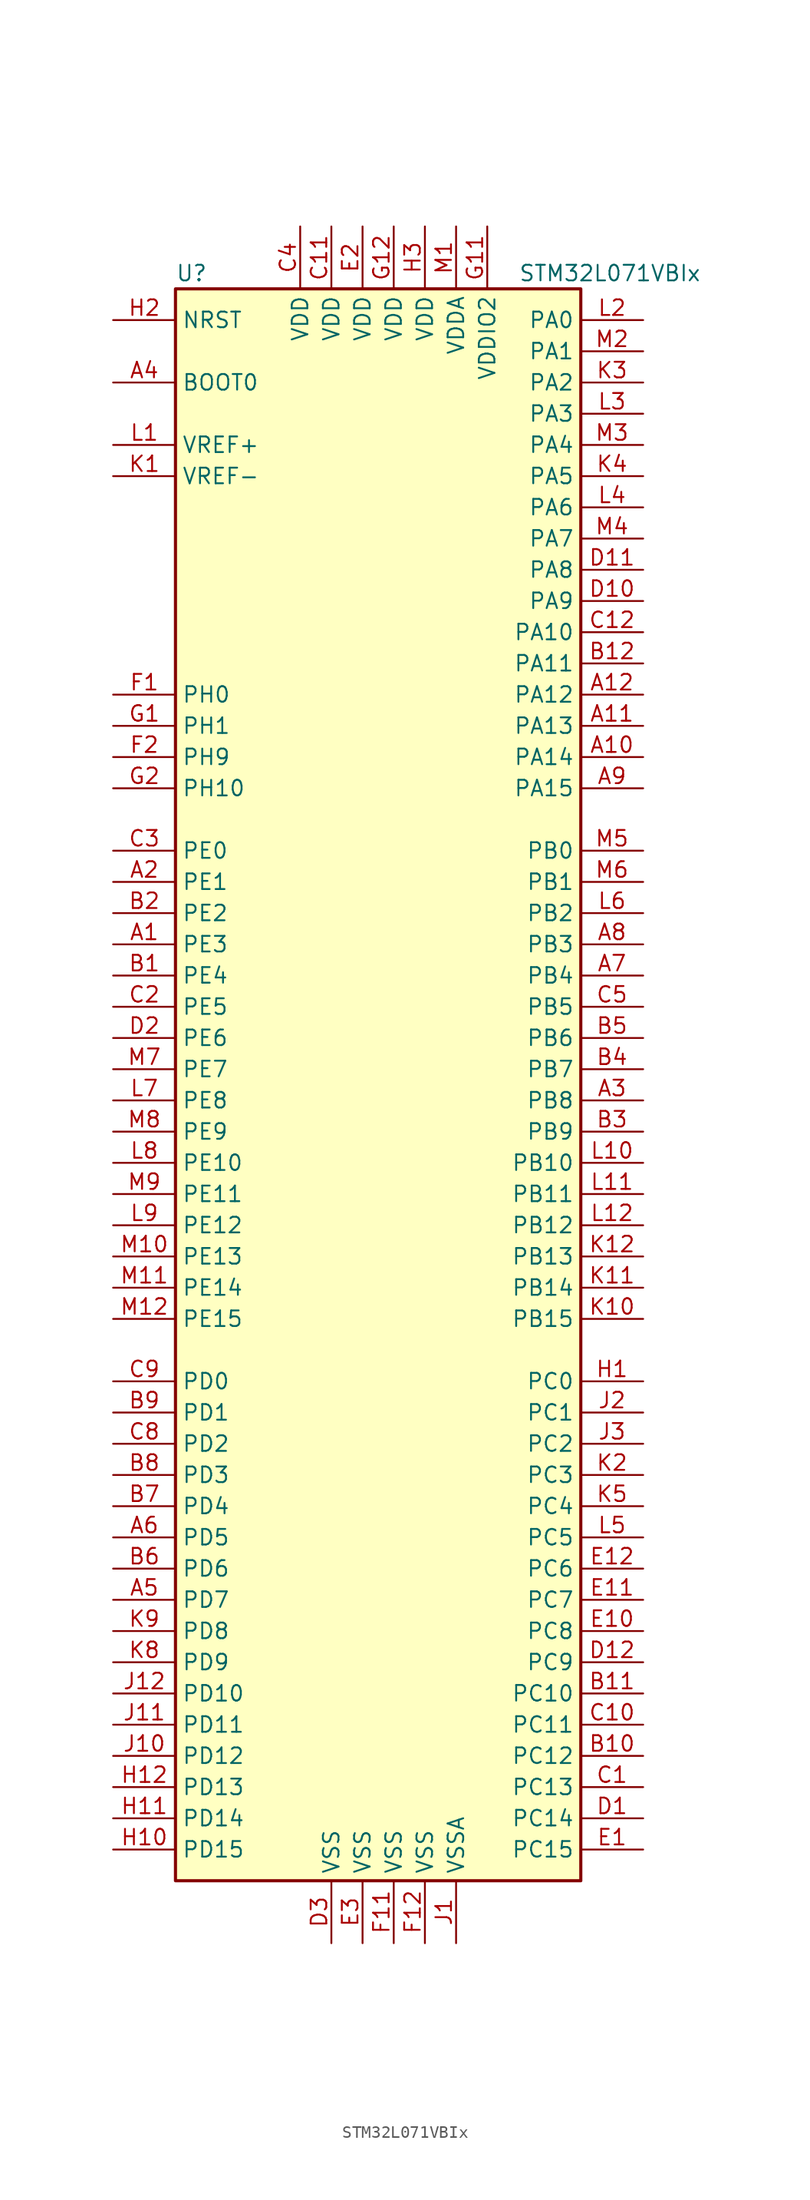
<source format=kicad_sym>
(kicad_symbol_lib
  (version 20201005)
  (generator kicad_symbol_editor)
  (symbol "STM32L071VBIx"
    (property "Reference" "U"
      (at -17.78 64.77 0)
      (effects (font (size 1.27 1.27)) (justify left)))
    (property "Value" "STM32L071VBIx"
      (at 10.16 64.77 0)
      (effects (font (size 1.27 1.27)) (justify left)))
    (symbol "STM32L071VBIx_0_1"
      (rectangle (start -17.78 -66.04) (end 15.24 63.5) (stroke (width 0.254)) (fill (type background))))
    (symbol "STM32L071VBIx_1_1"
      (pin bidirectional line (at -22.86 10.16 0) (length 5.08) (name "PE3" (effects (font (size 1.27 1.27)))) (number "A1" (effects (font (size 1.27 1.27)))))
      (pin bidirectional line (at 20.32 25.4 180) (length 5.08) (name "PA14" (effects (font (size 1.27 1.27)))) (number "A10" (effects (font (size 1.27 1.27)))))
      (pin bidirectional line (at 20.32 27.94 180) (length 5.08) (name "PA13" (effects (font (size 1.27 1.27)))) (number "A11" (effects (font (size 1.27 1.27)))))
      (pin bidirectional line (at 20.32 30.48 180) (length 5.08) (name "PA12" (effects (font (size 1.27 1.27)))) (number "A12" (effects (font (size 1.27 1.27)))))
      (pin bidirectional line (at -22.86 15.24 0) (length 5.08) (name "PE1" (effects (font (size 1.27 1.27)))) (number "A2" (effects (font (size 1.27 1.27)))))
      (pin bidirectional line (at 20.32 -2.54 180) (length 5.08) (name "PB8" (effects (font (size 1.27 1.27)))) (number "A3" (effects (font (size 1.27 1.27)))))
      (pin input line (at -22.86 55.88 0) (length 5.08) (name "BOOT0" (effects (font (size 1.27 1.27)))) (number "A4" (effects (font (size 1.27 1.27)))))
      (pin bidirectional line (at -22.86 -43.18 0) (length 5.08) (name "PD7" (effects (font (size 1.27 1.27)))) (number "A5" (effects (font (size 1.27 1.27)))))
      (pin bidirectional line (at -22.86 -38.1 0) (length 5.08) (name "PD5" (effects (font (size 1.27 1.27)))) (number "A6" (effects (font (size 1.27 1.27)))))
      (pin bidirectional line (at 20.32 7.62 180) (length 5.08) (name "PB4" (effects (font (size 1.27 1.27)))) (number "A7" (effects (font (size 1.27 1.27)))))
      (pin bidirectional line (at 20.32 10.16 180) (length 5.08) (name "PB3" (effects (font (size 1.27 1.27)))) (number "A8" (effects (font (size 1.27 1.27)))))
      (pin bidirectional line (at 20.32 22.86 180) (length 5.08) (name "PA15" (effects (font (size 1.27 1.27)))) (number "A9" (effects (font (size 1.27 1.27)))))
      (pin bidirectional line (at -22.86 7.62 0) (length 5.08) (name "PE4" (effects (font (size 1.27 1.27)))) (number "B1" (effects (font (size 1.27 1.27)))))
      (pin bidirectional line (at 20.32 -55.88 180) (length 5.08) (name "PC12" (effects (font (size 1.27 1.27)))) (number "B10" (effects (font (size 1.27 1.27)))))
      (pin bidirectional line (at 20.32 -50.8 180) (length 5.08) (name "PC10" (effects (font (size 1.27 1.27)))) (number "B11" (effects (font (size 1.27 1.27)))))
      (pin bidirectional line (at 20.32 33.02 180) (length 5.08) (name "PA11" (effects (font (size 1.27 1.27)))) (number "B12" (effects (font (size 1.27 1.27)))))
      (pin bidirectional line (at -22.86 12.7 0) (length 5.08) (name "PE2" (effects (font (size 1.27 1.27)))) (number "B2" (effects (font (size 1.27 1.27)))))
      (pin bidirectional line (at 20.32 -5.08 180) (length 5.08) (name "PB9" (effects (font (size 1.27 1.27)))) (number "B3" (effects (font (size 1.27 1.27)))))
      (pin bidirectional line (at 20.32 0 180) (length 5.08) (name "PB7" (effects (font (size 1.27 1.27)))) (number "B4" (effects (font (size 1.27 1.27)))))
      (pin bidirectional line (at 20.32 2.54 180) (length 5.08) (name "PB6" (effects (font (size 1.27 1.27)))) (number "B5" (effects (font (size 1.27 1.27)))))
      (pin bidirectional line (at -22.86 -40.64 0) (length 5.08) (name "PD6" (effects (font (size 1.27 1.27)))) (number "B6" (effects (font (size 1.27 1.27)))))
      (pin bidirectional line (at -22.86 -35.56 0) (length 5.08) (name "PD4" (effects (font (size 1.27 1.27)))) (number "B7" (effects (font (size 1.27 1.27)))))
      (pin bidirectional line (at -22.86 -33.02 0) (length 5.08) (name "PD3" (effects (font (size 1.27 1.27)))) (number "B8" (effects (font (size 1.27 1.27)))))
      (pin bidirectional line (at -22.86 -27.94 0) (length 5.08) (name "PD1" (effects (font (size 1.27 1.27)))) (number "B9" (effects (font (size 1.27 1.27)))))
      (pin bidirectional line (at 20.32 -58.42 180) (length 5.08) (name "PC13" (effects (font (size 1.27 1.27)))) (number "C1" (effects (font (size 1.27 1.27)))))
      (pin bidirectional line (at 20.32 -53.34 180) (length 5.08) (name "PC11" (effects (font (size 1.27 1.27)))) (number "C10" (effects (font (size 1.27 1.27)))))
      (pin power_in line (at -5.08 68.58 270) (length 5.08) (name "VDD" (effects (font (size 1.27 1.27)))) (number "C11" (effects (font (size 1.27 1.27)))))
      (pin bidirectional line (at 20.32 35.56 180) (length 5.08) (name "PA10" (effects (font (size 1.27 1.27)))) (number "C12" (effects (font (size 1.27 1.27)))))
      (pin bidirectional line (at -22.86 5.08 0) (length 5.08) (name "PE5" (effects (font (size 1.27 1.27)))) (number "C2" (effects (font (size 1.27 1.27)))))
      (pin bidirectional line (at -22.86 17.78 0) (length 5.08) (name "PE0" (effects (font (size 1.27 1.27)))) (number "C3" (effects (font (size 1.27 1.27)))))
      (pin power_in line (at -7.62 68.58 270) (length 5.08) (name "VDD" (effects (font (size 1.27 1.27)))) (number "C4" (effects (font (size 1.27 1.27)))))
      (pin bidirectional line (at 20.32 5.08 180) (length 5.08) (name "PB5" (effects (font (size 1.27 1.27)))) (number "C5" (effects (font (size 1.27 1.27)))))
      (pin bidirectional line (at -22.86 -30.48 0) (length 5.08) (name "PD2" (effects (font (size 1.27 1.27)))) (number "C8" (effects (font (size 1.27 1.27)))))
      (pin bidirectional line (at -22.86 -25.4 0) (length 5.08) (name "PD0" (effects (font (size 1.27 1.27)))) (number "C9" (effects (font (size 1.27 1.27)))))
      (pin bidirectional line (at 20.32 -60.96 180) (length 5.08) (name "PC14" (effects (font (size 1.27 1.27)))) (number "D1" (effects (font (size 1.27 1.27)))))
      (pin bidirectional line (at 20.32 38.1 180) (length 5.08) (name "PA9" (effects (font (size 1.27 1.27)))) (number "D10" (effects (font (size 1.27 1.27)))))
      (pin bidirectional line (at 20.32 40.64 180) (length 5.08) (name "PA8" (effects (font (size 1.27 1.27)))) (number "D11" (effects (font (size 1.27 1.27)))))
      (pin bidirectional line (at 20.32 -48.26 180) (length 5.08) (name "PC9" (effects (font (size 1.27 1.27)))) (number "D12" (effects (font (size 1.27 1.27)))))
      (pin bidirectional line (at -22.86 2.54 0) (length 5.08) (name "PE6" (effects (font (size 1.27 1.27)))) (number "D2" (effects (font (size 1.27 1.27)))))
      (pin power_in line (at -5.08 -71.12 90) (length 5.08) (name "VSS" (effects (font (size 1.27 1.27)))) (number "D3" (effects (font (size 1.27 1.27)))))
      (pin bidirectional line (at 20.32 -63.5 180) (length 5.08) (name "PC15" (effects (font (size 1.27 1.27)))) (number "E1" (effects (font (size 1.27 1.27)))))
      (pin bidirectional line (at 20.32 -45.72 180) (length 5.08) (name "PC8" (effects (font (size 1.27 1.27)))) (number "E10" (effects (font (size 1.27 1.27)))))
      (pin bidirectional line (at 20.32 -43.18 180) (length 5.08) (name "PC7" (effects (font (size 1.27 1.27)))) (number "E11" (effects (font (size 1.27 1.27)))))
      (pin bidirectional line (at 20.32 -40.64 180) (length 5.08) (name "PC6" (effects (font (size 1.27 1.27)))) (number "E12" (effects (font (size 1.27 1.27)))))
      (pin power_in line (at -2.54 68.58 270) (length 5.08) (name "VDD" (effects (font (size 1.27 1.27)))) (number "E2" (effects (font (size 1.27 1.27)))))
      (pin power_in line (at -2.54 -71.12 90) (length 5.08) (name "VSS" (effects (font (size 1.27 1.27)))) (number "E3" (effects (font (size 1.27 1.27)))))
      (pin input line (at -22.86 30.48 0) (length 5.08) (name "PH0" (effects (font (size 1.27 1.27)))) (number "F1" (effects (font (size 1.27 1.27)))))
      (pin power_in line (at 0 -71.12 90) (length 5.08) (name "VSS" (effects (font (size 1.27 1.27)))) (number "F11" (effects (font (size 1.27 1.27)))))
      (pin power_in line (at 2.54 -71.12 90) (length 5.08) (name "VSS" (effects (font (size 1.27 1.27)))) (number "F12" (effects (font (size 1.27 1.27)))))
      (pin bidirectional line (at -22.86 25.4 0) (length 5.08) (name "PH9" (effects (font (size 1.27 1.27)))) (number "F2" (effects (font (size 1.27 1.27)))))
      (pin input line (at -22.86 27.94 0) (length 5.08) (name "PH1" (effects (font (size 1.27 1.27)))) (number "G1" (effects (font (size 1.27 1.27)))))
      (pin power_in line (at 7.62 68.58 270) (length 5.08) (name "VDDIO2" (effects (font (size 1.27 1.27)))) (number "G11" (effects (font (size 1.27 1.27)))))
      (pin power_in line (at 0 68.58 270) (length 5.08) (name "VDD" (effects (font (size 1.27 1.27)))) (number "G12" (effects (font (size 1.27 1.27)))))
      (pin bidirectional line (at -22.86 22.86 0) (length 5.08) (name "PH10" (effects (font (size 1.27 1.27)))) (number "G2" (effects (font (size 1.27 1.27)))))
      (pin bidirectional line (at 20.32 -25.4 180) (length 5.08) (name "PC0" (effects (font (size 1.27 1.27)))) (number "H1" (effects (font (size 1.27 1.27)))))
      (pin bidirectional line (at -22.86 -63.5 0) (length 5.08) (name "PD15" (effects (font (size 1.27 1.27)))) (number "H10" (effects (font (size 1.27 1.27)))))
      (pin bidirectional line (at -22.86 -60.96 0) (length 5.08) (name "PD14" (effects (font (size 1.27 1.27)))) (number "H11" (effects (font (size 1.27 1.27)))))
      (pin bidirectional line (at -22.86 -58.42 0) (length 5.08) (name "PD13" (effects (font (size 1.27 1.27)))) (number "H12" (effects (font (size 1.27 1.27)))))
      (pin input line (at -22.86 60.96 0) (length 5.08) (name "NRST" (effects (font (size 1.27 1.27)))) (number "H2" (effects (font (size 1.27 1.27)))))
      (pin power_in line (at 2.54 68.58 270) (length 5.08) (name "VDD" (effects (font (size 1.27 1.27)))) (number "H3" (effects (font (size 1.27 1.27)))))
      (pin power_in line (at 5.08 -71.12 90) (length 5.08) (name "VSSA" (effects (font (size 1.27 1.27)))) (number "J1" (effects (font (size 1.27 1.27)))))
      (pin bidirectional line (at -22.86 -55.88 0) (length 5.08) (name "PD12" (effects (font (size 1.27 1.27)))) (number "J10" (effects (font (size 1.27 1.27)))))
      (pin bidirectional line (at -22.86 -53.34 0) (length 5.08) (name "PD11" (effects (font (size 1.27 1.27)))) (number "J11" (effects (font (size 1.27 1.27)))))
      (pin bidirectional line (at -22.86 -50.8 0) (length 5.08) (name "PD10" (effects (font (size 1.27 1.27)))) (number "J12" (effects (font (size 1.27 1.27)))))
      (pin bidirectional line (at 20.32 -27.94 180) (length 5.08) (name "PC1" (effects (font (size 1.27 1.27)))) (number "J2" (effects (font (size 1.27 1.27)))))
      (pin bidirectional line (at 20.32 -30.48 180) (length 5.08) (name "PC2" (effects (font (size 1.27 1.27)))) (number "J3" (effects (font (size 1.27 1.27)))))
      (pin power_in line (at -22.86 48.26 0) (length 5.08) (name "VREF-" (effects (font (size 1.27 1.27)))) (number "K1" (effects (font (size 1.27 1.27)))))
      (pin bidirectional line (at 20.32 -20.32 180) (length 5.08) (name "PB15" (effects (font (size 1.27 1.27)))) (number "K10" (effects (font (size 1.27 1.27)))))
      (pin bidirectional line (at 20.32 -17.78 180) (length 5.08) (name "PB14" (effects (font (size 1.27 1.27)))) (number "K11" (effects (font (size 1.27 1.27)))))
      (pin bidirectional line (at 20.32 -15.24 180) (length 5.08) (name "PB13" (effects (font (size 1.27 1.27)))) (number "K12" (effects (font (size 1.27 1.27)))))
      (pin bidirectional line (at 20.32 -33.02 180) (length 5.08) (name "PC3" (effects (font (size 1.27 1.27)))) (number "K2" (effects (font (size 1.27 1.27)))))
      (pin bidirectional line (at 20.32 55.88 180) (length 5.08) (name "PA2" (effects (font (size 1.27 1.27)))) (number "K3" (effects (font (size 1.27 1.27)))))
      (pin bidirectional line (at 20.32 48.26 180) (length 5.08) (name "PA5" (effects (font (size 1.27 1.27)))) (number "K4" (effects (font (size 1.27 1.27)))))
      (pin bidirectional line (at 20.32 -35.56 180) (length 5.08) (name "PC4" (effects (font (size 1.27 1.27)))) (number "K5" (effects (font (size 1.27 1.27)))))
      (pin bidirectional line (at -22.86 -48.26 0) (length 5.08) (name "PD9" (effects (font (size 1.27 1.27)))) (number "K8" (effects (font (size 1.27 1.27)))))
      (pin bidirectional line (at -22.86 -45.72 0) (length 5.08) (name "PD8" (effects (font (size 1.27 1.27)))) (number "K9" (effects (font (size 1.27 1.27)))))
      (pin power_in line (at -22.86 50.8 0) (length 5.08) (name "VREF+" (effects (font (size 1.27 1.27)))) (number "L1" (effects (font (size 1.27 1.27)))))
      (pin bidirectional line (at 20.32 -7.62 180) (length 5.08) (name "PB10" (effects (font (size 1.27 1.27)))) (number "L10" (effects (font (size 1.27 1.27)))))
      (pin bidirectional line (at 20.32 -10.16 180) (length 5.08) (name "PB11" (effects (font (size 1.27 1.27)))) (number "L11" (effects (font (size 1.27 1.27)))))
      (pin bidirectional line (at 20.32 -12.7 180) (length 5.08) (name "PB12" (effects (font (size 1.27 1.27)))) (number "L12" (effects (font (size 1.27 1.27)))))
      (pin bidirectional line (at 20.32 60.96 180) (length 5.08) (name "PA0" (effects (font (size 1.27 1.27)))) (number "L2" (effects (font (size 1.27 1.27)))))
      (pin bidirectional line (at 20.32 53.34 180) (length 5.08) (name "PA3" (effects (font (size 1.27 1.27)))) (number "L3" (effects (font (size 1.27 1.27)))))
      (pin bidirectional line (at 20.32 45.72 180) (length 5.08) (name "PA6" (effects (font (size 1.27 1.27)))) (number "L4" (effects (font (size 1.27 1.27)))))
      (pin bidirectional line (at 20.32 -38.1 180) (length 5.08) (name "PC5" (effects (font (size 1.27 1.27)))) (number "L5" (effects (font (size 1.27 1.27)))))
      (pin bidirectional line (at 20.32 12.7 180) (length 5.08) (name "PB2" (effects (font (size 1.27 1.27)))) (number "L6" (effects (font (size 1.27 1.27)))))
      (pin bidirectional line (at -22.86 -2.54 0) (length 5.08) (name "PE8" (effects (font (size 1.27 1.27)))) (number "L7" (effects (font (size 1.27 1.27)))))
      (pin bidirectional line (at -22.86 -7.62 0) (length 5.08) (name "PE10" (effects (font (size 1.27 1.27)))) (number "L8" (effects (font (size 1.27 1.27)))))
      (pin bidirectional line (at -22.86 -12.7 0) (length 5.08) (name "PE12" (effects (font (size 1.27 1.27)))) (number "L9" (effects (font (size 1.27 1.27)))))
      (pin power_in line (at 5.08 68.58 270) (length 5.08) (name "VDDA" (effects (font (size 1.27 1.27)))) (number "M1" (effects (font (size 1.27 1.27)))))
      (pin bidirectional line (at -22.86 -15.24 0) (length 5.08) (name "PE13" (effects (font (size 1.27 1.27)))) (number "M10" (effects (font (size 1.27 1.27)))))
      (pin bidirectional line (at -22.86 -17.78 0) (length 5.08) (name "PE14" (effects (font (size 1.27 1.27)))) (number "M11" (effects (font (size 1.27 1.27)))))
      (pin bidirectional line (at -22.86 -20.32 0) (length 5.08) (name "PE15" (effects (font (size 1.27 1.27)))) (number "M12" (effects (font (size 1.27 1.27)))))
      (pin bidirectional line (at 20.32 58.42 180) (length 5.08) (name "PA1" (effects (font (size 1.27 1.27)))) (number "M2" (effects (font (size 1.27 1.27)))))
      (pin bidirectional line (at 20.32 50.8 180) (length 5.08) (name "PA4" (effects (font (size 1.27 1.27)))) (number "M3" (effects (font (size 1.27 1.27)))))
      (pin bidirectional line (at 20.32 43.18 180) (length 5.08) (name "PA7" (effects (font (size 1.27 1.27)))) (number "M4" (effects (font (size 1.27 1.27)))))
      (pin bidirectional line (at 20.32 17.78 180) (length 5.08) (name "PB0" (effects (font (size 1.27 1.27)))) (number "M5" (effects (font (size 1.27 1.27)))))
      (pin bidirectional line (at 20.32 15.24 180) (length 5.08) (name "PB1" (effects (font (size 1.27 1.27)))) (number "M6" (effects (font (size 1.27 1.27)))))
      (pin bidirectional line (at -22.86 0 0) (length 5.08) (name "PE7" (effects (font (size 1.27 1.27)))) (number "M7" (effects (font (size 1.27 1.27)))))
      (pin bidirectional line (at -22.86 -5.08 0) (length 5.08) (name "PE9" (effects (font (size 1.27 1.27)))) (number "M8" (effects (font (size 1.27 1.27)))))
      (pin bidirectional line (at -22.86 -10.16 0) (length 5.08) (name "PE11" (effects (font (size 1.27 1.27)))) (number "M9" (effects (font (size 1.27 1.27))))))))
</source>
